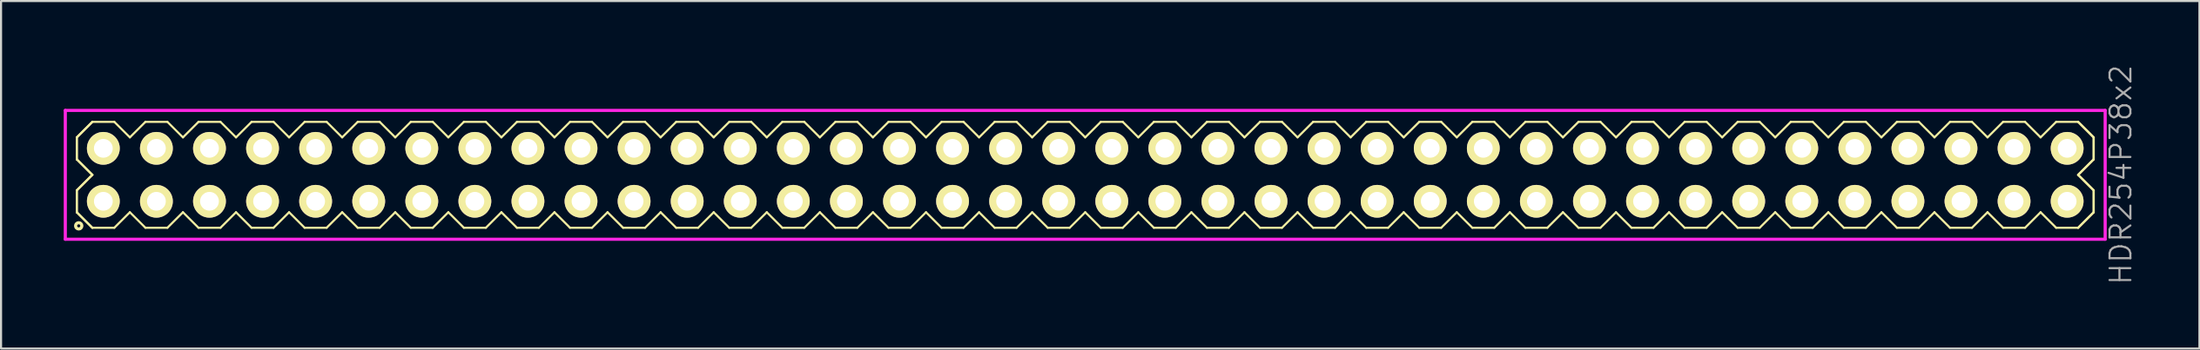
<source format=kicad_pcb>
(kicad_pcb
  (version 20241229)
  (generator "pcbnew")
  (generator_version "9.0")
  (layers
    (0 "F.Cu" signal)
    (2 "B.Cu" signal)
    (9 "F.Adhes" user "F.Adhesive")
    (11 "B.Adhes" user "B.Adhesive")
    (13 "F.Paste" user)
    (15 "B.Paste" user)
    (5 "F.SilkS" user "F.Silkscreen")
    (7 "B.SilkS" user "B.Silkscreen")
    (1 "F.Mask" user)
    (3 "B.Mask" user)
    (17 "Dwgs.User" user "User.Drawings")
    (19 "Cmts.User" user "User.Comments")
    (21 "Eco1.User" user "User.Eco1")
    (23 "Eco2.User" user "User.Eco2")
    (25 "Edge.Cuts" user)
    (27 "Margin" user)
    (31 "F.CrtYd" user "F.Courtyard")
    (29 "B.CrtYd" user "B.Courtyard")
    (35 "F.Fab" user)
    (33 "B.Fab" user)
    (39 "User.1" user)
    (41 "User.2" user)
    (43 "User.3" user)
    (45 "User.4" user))
  (footprint "HDR254P38x2"
    (layer "F.Cu")
    (at 48.885 5.336)
    (property "Reference" "HDR254P38x2" (at 49.56 0 90) (layer "F.Fab") (effects (font (size 1 1) (thickness 0.1))))
    (attr through_hole)
    (fp_line (start -48.26 -1.796) (end -47.516 -2.54) (stroke (width 0.1) (type solid)) (layer "F.SilkS"))
    (fp_line (start -48.26 -1.796) (end -47.516 -2.54) (stroke (width 0.1) (type solid)) (layer "F.SilkS"))
    (fp_line (start -48.26 -0.744) (end -48.26 -1.796) (stroke (width 0.1) (type solid)) (layer "F.SilkS"))
    (fp_line (start -48.26 -0.744) (end -48.26 -1.796) (stroke (width 0.1) (type solid)) (layer "F.SilkS"))
    (fp_line (start -48.26 0.744) (end -47.516 0) (stroke (width 0.1) (type solid)) (layer "F.SilkS"))
    (fp_line (start -48.26 0.744) (end -47.516 0) (stroke (width 0.1) (type solid)) (layer "F.SilkS"))
    (fp_line (start -48.26 1.796) (end -48.26 0.744) (stroke (width 0.1) (type solid)) (layer "F.SilkS"))
    (fp_line (start -48.26 1.796) (end -48.26 0.744) (stroke (width 0.1) (type solid)) (layer "F.SilkS"))
    (fp_line (start -47.516 -2.54) (end -46.464 -2.54) (stroke (width 0.1) (type solid)) (layer "F.SilkS"))
    (fp_line (start -47.516 0) (end -48.26 -0.744) (stroke (width 0.1) (type solid)) (layer "F.SilkS"))
    (fp_line (start -47.516 0) (end -48.26 -0.744) (stroke (width 0.1) (type solid)) (layer "F.SilkS"))
    (fp_line (start -47.516 2.54) (end -48.26 1.796) (stroke (width 0.1) (type solid)) (layer "F.SilkS"))
    (fp_line (start -47.516 2.54) (end -48.26 1.796) (stroke (width 0.1) (type solid)) (layer "F.SilkS"))
    (fp_line (start -46.464 -2.54) (end -45.72 -1.796) (stroke (width 0.1) (type solid)) (layer "F.SilkS"))
    (fp_line (start -46.464 2.54) (end -47.516 2.54) (stroke (width 0.1) (type solid)) (layer "F.SilkS"))
    (fp_line (start -45.72 -1.796) (end -44.976 -2.54) (stroke (width 0.1) (type solid)) (layer "F.SilkS"))
    (fp_line (start -45.72 1.796) (end -46.464 2.54) (stroke (width 0.1) (type solid)) (layer "F.SilkS"))
    (fp_line (start -44.976 -2.54) (end -43.924 -2.54) (stroke (width 0.1) (type solid)) (layer "F.SilkS"))
    (fp_line (start -44.976 2.54) (end -45.72 1.796) (stroke (width 0.1) (type solid)) (layer "F.SilkS"))
    (fp_line (start -43.924 -2.54) (end -43.18 -1.796) (stroke (width 0.1) (type solid)) (layer "F.SilkS"))
    (fp_line (start -43.924 2.54) (end -44.976 2.54) (stroke (width 0.1) (type solid)) (layer "F.SilkS"))
    (fp_line (start -43.18 -1.796) (end -42.436 -2.54) (stroke (width 0.1) (type solid)) (layer "F.SilkS"))
    (fp_line (start -43.18 1.796) (end -43.924 2.54) (stroke (width 0.1) (type solid)) (layer "F.SilkS"))
    (fp_line (start -42.436 -2.54) (end -41.384 -2.54) (stroke (width 0.1) (type solid)) (layer "F.SilkS"))
    (fp_line (start -42.436 2.54) (end -43.18 1.796) (stroke (width 0.1) (type solid)) (layer "F.SilkS"))
    (fp_line (start -41.384 -2.54) (end -40.64 -1.796) (stroke (width 0.1) (type solid)) (layer "F.SilkS"))
    (fp_line (start -41.384 2.54) (end -42.436 2.54) (stroke (width 0.1) (type solid)) (layer "F.SilkS"))
    (fp_line (start -40.64 -1.796) (end -39.896 -2.54) (stroke (width 0.1) (type solid)) (layer "F.SilkS"))
    (fp_line (start -40.64 1.796) (end -41.384 2.54) (stroke (width 0.1) (type solid)) (layer "F.SilkS"))
    (fp_line (start -39.896 -2.54) (end -38.844 -2.54) (stroke (width 0.1) (type solid)) (layer "F.SilkS"))
    (fp_line (start -39.896 2.54) (end -40.64 1.796) (stroke (width 0.1) (type solid)) (layer "F.SilkS"))
    (fp_line (start -38.844 -2.54) (end -38.1 -1.796) (stroke (width 0.1) (type solid)) (layer "F.SilkS"))
    (fp_line (start -38.844 2.54) (end -39.896 2.54) (stroke (width 0.1) (type solid)) (layer "F.SilkS"))
    (fp_line (start -38.1 -1.796) (end -37.356 -2.54) (stroke (width 0.1) (type solid)) (layer "F.SilkS"))
    (fp_line (start -38.1 1.796) (end -38.844 2.54) (stroke (width 0.1) (type solid)) (layer "F.SilkS"))
    (fp_line (start -37.356 -2.54) (end -36.304 -2.54) (stroke (width 0.1) (type solid)) (layer "F.SilkS"))
    (fp_line (start -37.356 2.54) (end -38.1 1.796) (stroke (width 0.1) (type solid)) (layer "F.SilkS"))
    (fp_line (start -36.304 -2.54) (end -35.56 -1.796) (stroke (width 0.1) (type solid)) (layer "F.SilkS"))
    (fp_line (start -36.304 2.54) (end -37.356 2.54) (stroke (width 0.1) (type solid)) (layer "F.SilkS"))
    (fp_line (start -35.56 -1.796) (end -34.816 -2.54) (stroke (width 0.1) (type solid)) (layer "F.SilkS"))
    (fp_line (start -35.56 1.796) (end -36.304 2.54) (stroke (width 0.1) (type solid)) (layer "F.SilkS"))
    (fp_line (start -34.816 -2.54) (end -33.764 -2.54) (stroke (width 0.1) (type solid)) (layer "F.SilkS"))
    (fp_line (start -34.816 2.54) (end -35.56 1.796) (stroke (width 0.1) (type solid)) (layer "F.SilkS"))
    (fp_line (start -33.764 -2.54) (end -33.02 -1.796) (stroke (width 0.1) (type solid)) (layer "F.SilkS"))
    (fp_line (start -33.764 2.54) (end -34.816 2.54) (stroke (width 0.1) (type solid)) (layer "F.SilkS"))
    (fp_line (start -33.02 -1.796) (end -32.276 -2.54) (stroke (width 0.1) (type solid)) (layer "F.SilkS"))
    (fp_line (start -33.02 1.796) (end -33.764 2.54) (stroke (width 0.1) (type solid)) (layer "F.SilkS"))
    (fp_line (start -32.276 -2.54) (end -31.224 -2.54) (stroke (width 0.1) (type solid)) (layer "F.SilkS"))
    (fp_line (start -32.276 2.54) (end -33.02 1.796) (stroke (width 0.1) (type solid)) (layer "F.SilkS"))
    (fp_line (start -31.224 -2.54) (end -30.48 -1.796) (stroke (width 0.1) (type solid)) (layer "F.SilkS"))
    (fp_line (start -31.224 2.54) (end -32.276 2.54) (stroke (width 0.1) (type solid)) (layer "F.SilkS"))
    (fp_line (start -30.48 -1.796) (end -29.736 -2.54) (stroke (width 0.1) (type solid)) (layer "F.SilkS"))
    (fp_line (start -30.48 1.796) (end -31.224 2.54) (stroke (width 0.1) (type solid)) (layer "F.SilkS"))
    (fp_line (start -29.736 -2.54) (end -28.684 -2.54) (stroke (width 0.1) (type solid)) (layer "F.SilkS"))
    (fp_line (start -29.736 2.54) (end -30.48 1.796) (stroke (width 0.1) (type solid)) (layer "F.SilkS"))
    (fp_line (start -28.684 -2.54) (end -27.94 -1.796) (stroke (width 0.1) (type solid)) (layer "F.SilkS"))
    (fp_line (start -28.684 2.54) (end -29.736 2.54) (stroke (width 0.1) (type solid)) (layer "F.SilkS"))
    (fp_line (start -27.94 -1.796) (end -27.196 -2.54) (stroke (width 0.1) (type solid)) (layer "F.SilkS"))
    (fp_line (start -27.94 1.796) (end -28.684 2.54) (stroke (width 0.1) (type solid)) (layer "F.SilkS"))
    (fp_line (start -27.196 -2.54) (end -26.144 -2.54) (stroke (width 0.1) (type solid)) (layer "F.SilkS"))
    (fp_line (start -27.196 2.54) (end -27.94 1.796) (stroke (width 0.1) (type solid)) (layer "F.SilkS"))
    (fp_line (start -26.144 -2.54) (end -25.4 -1.796) (stroke (width 0.1) (type solid)) (layer "F.SilkS"))
    (fp_line (start -26.144 2.54) (end -27.196 2.54) (stroke (width 0.1) (type solid)) (layer "F.SilkS"))
    (fp_line (start -25.4 -1.796) (end -24.656 -2.54) (stroke (width 0.1) (type solid)) (layer "F.SilkS"))
    (fp_line (start -25.4 1.796) (end -26.144 2.54) (stroke (width 0.1) (type solid)) (layer "F.SilkS"))
    (fp_line (start -24.656 -2.54) (end -23.604 -2.54) (stroke (width 0.1) (type solid)) (layer "F.SilkS"))
    (fp_line (start -24.656 2.54) (end -25.4 1.796) (stroke (width 0.1) (type solid)) (layer "F.SilkS"))
    (fp_line (start -23.604 -2.54) (end -22.86 -1.796) (stroke (width 0.1) (type solid)) (layer "F.SilkS"))
    (fp_line (start -23.604 2.54) (end -24.656 2.54) (stroke (width 0.1) (type solid)) (layer "F.SilkS"))
    (fp_line (start -22.86 -1.796) (end -22.116 -2.54) (stroke (width 0.1) (type solid)) (layer "F.SilkS"))
    (fp_line (start -22.86 1.796) (end -23.604 2.54) (stroke (width 0.1) (type solid)) (layer "F.SilkS"))
    (fp_line (start -22.116 -2.54) (end -21.064 -2.54) (stroke (width 0.1) (type solid)) (layer "F.SilkS"))
    (fp_line (start -22.116 2.54) (end -22.86 1.796) (stroke (width 0.1) (type solid)) (layer "F.SilkS"))
    (fp_line (start -21.064 -2.54) (end -20.32 -1.796) (stroke (width 0.1) (type solid)) (layer "F.SilkS"))
    (fp_line (start -21.064 2.54) (end -22.116 2.54) (stroke (width 0.1) (type solid)) (layer "F.SilkS"))
    (fp_line (start -20.32 -1.796) (end -19.576 -2.54) (stroke (width 0.1) (type solid)) (layer "F.SilkS"))
    (fp_line (start -20.32 1.796) (end -21.064 2.54) (stroke (width 0.1) (type solid)) (layer "F.SilkS"))
    (fp_line (start -19.576 -2.54) (end -18.524 -2.54) (stroke (width 0.1) (type solid)) (layer "F.SilkS"))
    (fp_line (start -19.576 2.54) (end -20.32 1.796) (stroke (width 0.1) (type solid)) (layer "F.SilkS"))
    (fp_line (start -18.524 -2.54) (end -17.78 -1.796) (stroke (width 0.1) (type solid)) (layer "F.SilkS"))
    (fp_line (start -18.524 2.54) (end -19.576 2.54) (stroke (width 0.1) (type solid)) (layer "F.SilkS"))
    (fp_line (start -17.78 -1.796) (end -17.036 -2.54) (stroke (width 0.1) (type solid)) (layer "F.SilkS"))
    (fp_line (start -17.78 1.796) (end -18.524 2.54) (stroke (width 0.1) (type solid)) (layer "F.SilkS"))
    (fp_line (start -17.036 -2.54) (end -15.984 -2.54) (stroke (width 0.1) (type solid)) (layer "F.SilkS"))
    (fp_line (start -17.036 2.54) (end -17.78 1.796) (stroke (width 0.1) (type solid)) (layer "F.SilkS"))
    (fp_line (start -15.984 -2.54) (end -15.24 -1.796) (stroke (width 0.1) (type solid)) (layer "F.SilkS"))
    (fp_line (start -15.984 2.54) (end -17.036 2.54) (stroke (width 0.1) (type solid)) (layer "F.SilkS"))
    (fp_line (start -15.24 -1.796) (end -14.496 -2.54) (stroke (width 0.1) (type solid)) (layer "F.SilkS"))
    (fp_line (start -15.24 1.796) (end -15.984 2.54) (stroke (width 0.1) (type solid)) (layer "F.SilkS"))
    (fp_line (start -14.496 -2.54) (end -13.444 -2.54) (stroke (width 0.1) (type solid)) (layer "F.SilkS"))
    (fp_line (start -14.496 2.54) (end -15.24 1.796) (stroke (width 0.1) (type solid)) (layer "F.SilkS"))
    (fp_line (start -13.444 -2.54) (end -12.7 -1.796) (stroke (width 0.1) (type solid)) (layer "F.SilkS"))
    (fp_line (start -13.444 2.54) (end -14.496 2.54) (stroke (width 0.1) (type solid)) (layer "F.SilkS"))
    (fp_line (start -12.7 -1.796) (end -11.956 -2.54) (stroke (width 0.1) (type solid)) (layer "F.SilkS"))
    (fp_line (start -12.7 1.796) (end -13.444 2.54) (stroke (width 0.1) (type solid)) (layer "F.SilkS"))
    (fp_line (start -11.956 -2.54) (end -10.904 -2.54) (stroke (width 0.1) (type solid)) (layer "F.SilkS"))
    (fp_line (start -11.956 2.54) (end -12.7 1.796) (stroke (width 0.1) (type solid)) (layer "F.SilkS"))
    (fp_line (start -10.904 -2.54) (end -10.16 -1.796) (stroke (width 0.1) (type solid)) (layer "F.SilkS"))
    (fp_line (start -10.904 2.54) (end -11.956 2.54) (stroke (width 0.1) (type solid)) (layer "F.SilkS"))
    (fp_line (start -10.16 -1.796) (end -9.416 -2.54) (stroke (width 0.1) (type solid)) (layer "F.SilkS"))
    (fp_line (start -10.16 1.796) (end -10.904 2.54) (stroke (width 0.1) (type solid)) (layer "F.SilkS"))
    (fp_line (start -9.416 -2.54) (end -8.364 -2.54) (stroke (width 0.1) (type solid)) (layer "F.SilkS"))
    (fp_line (start -9.416 2.54) (end -10.16 1.796) (stroke (width 0.1) (type solid)) (layer "F.SilkS"))
    (fp_line (start -8.364 -2.54) (end -7.62 -1.796) (stroke (width 0.1) (type solid)) (layer "F.SilkS"))
    (fp_line (start -8.364 2.54) (end -9.416 2.54) (stroke (width 0.1) (type solid)) (layer "F.SilkS"))
    (fp_line (start -7.62 -1.796) (end -6.876 -2.54) (stroke (width 0.1) (type solid)) (layer "F.SilkS"))
    (fp_line (start -7.62 1.796) (end -8.364 2.54) (stroke (width 0.1) (type solid)) (layer "F.SilkS"))
    (fp_line (start -6.876 -2.54) (end -5.824 -2.54) (stroke (width 0.1) (type solid)) (layer "F.SilkS"))
    (fp_line (start -6.876 2.54) (end -7.62 1.796) (stroke (width 0.1) (type solid)) (layer "F.SilkS"))
    (fp_line (start -5.824 -2.54) (end -5.08 -1.796) (stroke (width 0.1) (type solid)) (layer "F.SilkS"))
    (fp_line (start -5.824 2.54) (end -6.876 2.54) (stroke (width 0.1) (type solid)) (layer "F.SilkS"))
    (fp_line (start -5.08 -1.796) (end -4.336 -2.54) (stroke (width 0.1) (type solid)) (layer "F.SilkS"))
    (fp_line (start -5.08 1.796) (end -5.824 2.54) (stroke (width 0.1) (type solid)) (layer "F.SilkS"))
    (fp_line (start -4.336 -2.54) (end -3.284 -2.54) (stroke (width 0.1) (type solid)) (layer "F.SilkS"))
    (fp_line (start -4.336 2.54) (end -5.08 1.796) (stroke (width 0.1) (type solid)) (layer "F.SilkS"))
    (fp_line (start -3.284 -2.54) (end -2.54 -1.796) (stroke (width 0.1) (type solid)) (layer "F.SilkS"))
    (fp_line (start -3.284 2.54) (end -4.336 2.54) (stroke (width 0.1) (type solid)) (layer "F.SilkS"))
    (fp_line (start -2.54 -1.796) (end -1.796 -2.54) (stroke (width 0.1) (type solid)) (layer "F.SilkS"))
    (fp_line (start -2.54 1.796) (end -3.284 2.54) (stroke (width 0.1) (type solid)) (layer "F.SilkS"))
    (fp_line (start -1.796 -2.54) (end -0.744 -2.54) (stroke (width 0.1) (type solid)) (layer "F.SilkS"))
    (fp_line (start -1.796 2.54) (end -2.54 1.796) (stroke (width 0.1) (type solid)) (layer "F.SilkS"))
    (fp_line (start -0.744 -2.54) (end 0 -1.796) (stroke (width 0.1) (type solid)) (layer "F.SilkS"))
    (fp_line (start -0.744 2.54) (end -1.796 2.54) (stroke (width 0.1) (type solid)) (layer "F.SilkS"))
    (fp_line (start 0 -1.796) (end 0.744 -2.54) (stroke (width 0.1) (type solid)) (layer "F.SilkS"))
    (fp_line (start 0 1.796) (end -0.744 2.54) (stroke (width 0.1) (type solid)) (layer "F.SilkS"))
    (fp_line (start 0.744 -2.54) (end 1.796 -2.54) (stroke (width 0.1) (type solid)) (layer "F.SilkS"))
    (fp_line (start 0.744 2.54) (end 0 1.796) (stroke (width 0.1) (type solid)) (layer "F.SilkS"))
    (fp_line (start 1.796 -2.54) (end 2.54 -1.796) (stroke (width 0.1) (type solid)) (layer "F.SilkS"))
    (fp_line (start 1.796 2.54) (end 0.744 2.54) (stroke (width 0.1) (type solid)) (layer "F.SilkS"))
    (fp_line (start 2.54 -1.796) (end 3.284 -2.54) (stroke (width 0.1) (type solid)) (layer "F.SilkS"))
    (fp_line (start 2.54 1.796) (end 1.796 2.54) (stroke (width 0.1) (type solid)) (layer "F.SilkS"))
    (fp_line (start 3.284 -2.54) (end 4.336 -2.54) (stroke (width 0.1) (type solid)) (layer "F.SilkS"))
    (fp_line (start 3.284 2.54) (end 2.54 1.796) (stroke (width 0.1) (type solid)) (layer "F.SilkS"))
    (fp_line (start 4.336 -2.54) (end 5.08 -1.796) (stroke (width 0.1) (type solid)) (layer "F.SilkS"))
    (fp_line (start 4.336 2.54) (end 3.284 2.54) (stroke (width 0.1) (type solid)) (layer "F.SilkS"))
    (fp_line (start 5.08 -1.796) (end 5.824 -2.54) (stroke (width 0.1) (type solid)) (layer "F.SilkS"))
    (fp_line (start 5.08 1.796) (end 4.336 2.54) (stroke (width 0.1) (type solid)) (layer "F.SilkS"))
    (fp_line (start 5.824 -2.54) (end 6.876 -2.54) (stroke (width 0.1) (type solid)) (layer "F.SilkS"))
    (fp_line (start 5.824 2.54) (end 5.08 1.796) (stroke (width 0.1) (type solid)) (layer "F.SilkS"))
    (fp_line (start 6.876 -2.54) (end 7.62 -1.796) (stroke (width 0.1) (type solid)) (layer "F.SilkS"))
    (fp_line (start 6.876 2.54) (end 5.824 2.54) (stroke (width 0.1) (type solid)) (layer "F.SilkS"))
    (fp_line (start 7.62 -1.796) (end 8.364 -2.54) (stroke (width 0.1) (type solid)) (layer "F.SilkS"))
    (fp_line (start 7.62 1.796) (end 6.876 2.54) (stroke (width 0.1) (type solid)) (layer "F.SilkS"))
    (fp_line (start 8.364 -2.54) (end 9.416 -2.54) (stroke (width 0.1) (type solid)) (layer "F.SilkS"))
    (fp_line (start 8.364 2.54) (end 7.62 1.796) (stroke (width 0.1) (type solid)) (layer "F.SilkS"))
    (fp_line (start 9.416 -2.54) (end 10.16 -1.796) (stroke (width 0.1) (type solid)) (layer "F.SilkS"))
    (fp_line (start 9.416 2.54) (end 8.364 2.54) (stroke (width 0.1) (type solid)) (layer "F.SilkS"))
    (fp_line (start 10.16 -1.796) (end 10.904 -2.54) (stroke (width 0.1) (type solid)) (layer "F.SilkS"))
    (fp_line (start 10.16 1.796) (end 9.416 2.54) (stroke (width 0.1) (type solid)) (layer "F.SilkS"))
    (fp_line (start 10.904 -2.54) (end 11.956 -2.54) (stroke (width 0.1) (type solid)) (layer "F.SilkS"))
    (fp_line (start 10.904 2.54) (end 10.16 1.796) (stroke (width 0.1) (type solid)) (layer "F.SilkS"))
    (fp_line (start 11.956 -2.54) (end 12.7 -1.796) (stroke (width 0.1) (type solid)) (layer "F.SilkS"))
    (fp_line (start 11.956 2.54) (end 10.904 2.54) (stroke (width 0.1) (type solid)) (layer "F.SilkS"))
    (fp_line (start 12.7 -1.796) (end 13.444 -2.54) (stroke (width 0.1) (type solid)) (layer "F.SilkS"))
    (fp_line (start 12.7 1.796) (end 11.956 2.54) (stroke (width 0.1) (type solid)) (layer "F.SilkS"))
    (fp_line (start 13.444 -2.54) (end 14.496 -2.54) (stroke (width 0.1) (type solid)) (layer "F.SilkS"))
    (fp_line (start 13.444 2.54) (end 12.7 1.796) (stroke (width 0.1) (type solid)) (layer "F.SilkS"))
    (fp_line (start 14.496 -2.54) (end 15.24 -1.796) (stroke (width 0.1) (type solid)) (layer "F.SilkS"))
    (fp_line (start 14.496 2.54) (end 13.444 2.54) (stroke (width 0.1) (type solid)) (layer "F.SilkS"))
    (fp_line (start 15.24 -1.796) (end 15.984 -2.54) (stroke (width 0.1) (type solid)) (layer "F.SilkS"))
    (fp_line (start 15.24 1.796) (end 14.496 2.54) (stroke (width 0.1) (type solid)) (layer "F.SilkS"))
    (fp_line (start 15.984 -2.54) (end 17.036 -2.54) (stroke (width 0.1) (type solid)) (layer "F.SilkS"))
    (fp_line (start 15.984 2.54) (end 15.24 1.796) (stroke (width 0.1) (type solid)) (layer "F.SilkS"))
    (fp_line (start 17.036 -2.54) (end 17.78 -1.796) (stroke (width 0.1) (type solid)) (layer "F.SilkS"))
    (fp_line (start 17.036 2.54) (end 15.984 2.54) (stroke (width 0.1) (type solid)) (layer "F.SilkS"))
    (fp_line (start 17.78 -1.796) (end 18.524 -2.54) (stroke (width 0.1) (type solid)) (layer "F.SilkS"))
    (fp_line (start 17.78 1.796) (end 17.036 2.54) (stroke (width 0.1) (type solid)) (layer "F.SilkS"))
    (fp_line (start 18.524 -2.54) (end 19.576 -2.54) (stroke (width 0.1) (type solid)) (layer "F.SilkS"))
    (fp_line (start 18.524 2.54) (end 17.78 1.796) (stroke (width 0.1) (type solid)) (layer "F.SilkS"))
    (fp_line (start 19.576 -2.54) (end 20.32 -1.796) (stroke (width 0.1) (type solid)) (layer "F.SilkS"))
    (fp_line (start 19.576 2.54) (end 18.524 2.54) (stroke (width 0.1) (type solid)) (layer "F.SilkS"))
    (fp_line (start 20.32 -1.796) (end 21.064 -2.54) (stroke (width 0.1) (type solid)) (layer "F.SilkS"))
    (fp_line (start 20.32 1.796) (end 19.576 2.54) (stroke (width 0.1) (type solid)) (layer "F.SilkS"))
    (fp_line (start 21.064 -2.54) (end 22.116 -2.54) (stroke (width 0.1) (type solid)) (layer "F.SilkS"))
    (fp_line (start 21.064 2.54) (end 20.32 1.796) (stroke (width 0.1) (type solid)) (layer "F.SilkS"))
    (fp_line (start 22.116 -2.54) (end 22.86 -1.796) (stroke (width 0.1) (type solid)) (layer "F.SilkS"))
    (fp_line (start 22.116 2.54) (end 21.064 2.54) (stroke (width 0.1) (type solid)) (layer "F.SilkS"))
    (fp_line (start 22.86 -1.796) (end 23.604 -2.54) (stroke (width 0.1) (type solid)) (layer "F.SilkS"))
    (fp_line (start 22.86 1.796) (end 22.116 2.54) (stroke (width 0.1) (type solid)) (layer "F.SilkS"))
    (fp_line (start 23.604 -2.54) (end 24.656 -2.54) (stroke (width 0.1) (type solid)) (layer "F.SilkS"))
    (fp_line (start 23.604 2.54) (end 22.86 1.796) (stroke (width 0.1) (type solid)) (layer "F.SilkS"))
    (fp_line (start 24.656 -2.54) (end 25.4 -1.796) (stroke (width 0.1) (type solid)) (layer "F.SilkS"))
    (fp_line (start 24.656 2.54) (end 23.604 2.54) (stroke (width 0.1) (type solid)) (layer "F.SilkS"))
    (fp_line (start 25.4 -1.796) (end 26.144 -2.54) (stroke (width 0.1) (type solid)) (layer "F.SilkS"))
    (fp_line (start 25.4 1.796) (end 24.656 2.54) (stroke (width 0.1) (type solid)) (layer "F.SilkS"))
    (fp_line (start 26.144 -2.54) (end 27.196 -2.54) (stroke (width 0.1) (type solid)) (layer "F.SilkS"))
    (fp_line (start 26.144 2.54) (end 25.4 1.796) (stroke (width 0.1) (type solid)) (layer "F.SilkS"))
    (fp_line (start 27.196 -2.54) (end 27.94 -1.796) (stroke (width 0.1) (type solid)) (layer "F.SilkS"))
    (fp_line (start 27.196 2.54) (end 26.144 2.54) (stroke (width 0.1) (type solid)) (layer "F.SilkS"))
    (fp_line (start 27.94 -1.796) (end 28.684 -2.54) (stroke (width 0.1) (type solid)) (layer "F.SilkS"))
    (fp_line (start 27.94 1.796) (end 27.196 2.54) (stroke (width 0.1) (type solid)) (layer "F.SilkS"))
    (fp_line (start 28.684 -2.54) (end 29.736 -2.54) (stroke (width 0.1) (type solid)) (layer "F.SilkS"))
    (fp_line (start 28.684 2.54) (end 27.94 1.796) (stroke (width 0.1) (type solid)) (layer "F.SilkS"))
    (fp_line (start 29.736 -2.54) (end 30.48 -1.796) (stroke (width 0.1) (type solid)) (layer "F.SilkS"))
    (fp_line (start 29.736 2.54) (end 28.684 2.54) (stroke (width 0.1) (type solid)) (layer "F.SilkS"))
    (fp_line (start 30.48 -1.796) (end 31.224 -2.54) (stroke (width 0.1) (type solid)) (layer "F.SilkS"))
    (fp_line (start 30.48 1.796) (end 29.736 2.54) (stroke (width 0.1) (type solid)) (layer "F.SilkS"))
    (fp_line (start 31.224 -2.54) (end 32.276 -2.54) (stroke (width 0.1) (type solid)) (layer "F.SilkS"))
    (fp_line (start 31.224 2.54) (end 30.48 1.796) (stroke (width 0.1) (type solid)) (layer "F.SilkS"))
    (fp_line (start 32.276 -2.54) (end 33.02 -1.796) (stroke (width 0.1) (type solid)) (layer "F.SilkS"))
    (fp_line (start 32.276 2.54) (end 31.224 2.54) (stroke (width 0.1) (type solid)) (layer "F.SilkS"))
    (fp_line (start 33.02 -1.796) (end 33.764 -2.54) (stroke (width 0.1) (type solid)) (layer "F.SilkS"))
    (fp_line (start 33.02 1.796) (end 32.276 2.54) (stroke (width 0.1) (type solid)) (layer "F.SilkS"))
    (fp_line (start 33.764 -2.54) (end 34.816 -2.54) (stroke (width 0.1) (type solid)) (layer "F.SilkS"))
    (fp_line (start 33.764 2.54) (end 33.02 1.796) (stroke (width 0.1) (type solid)) (layer "F.SilkS"))
    (fp_line (start 34.816 -2.54) (end 35.56 -1.796) (stroke (width 0.1) (type solid)) (layer "F.SilkS"))
    (fp_line (start 34.816 2.54) (end 33.764 2.54) (stroke (width 0.1) (type solid)) (layer "F.SilkS"))
    (fp_line (start 35.56 -1.796) (end 36.304 -2.54) (stroke (width 0.1) (type solid)) (layer "F.SilkS"))
    (fp_line (start 35.56 1.796) (end 34.816 2.54) (stroke (width 0.1) (type solid)) (layer "F.SilkS"))
    (fp_line (start 36.304 -2.54) (end 37.356 -2.54) (stroke (width 0.1) (type solid)) (layer "F.SilkS"))
    (fp_line (start 36.304 2.54) (end 35.56 1.796) (stroke (width 0.1) (type solid)) (layer "F.SilkS"))
    (fp_line (start 37.356 -2.54) (end 38.1 -1.796) (stroke (width 0.1) (type solid)) (layer "F.SilkS"))
    (fp_line (start 37.356 2.54) (end 36.304 2.54) (stroke (width 0.1) (type solid)) (layer "F.SilkS"))
    (fp_line (start 38.1 -1.796) (end 38.844 -2.54) (stroke (width 0.1) (type solid)) (layer "F.SilkS"))
    (fp_line (start 38.1 1.796) (end 37.356 2.54) (stroke (width 0.1) (type solid)) (layer "F.SilkS"))
    (fp_line (start 38.844 -2.54) (end 39.896 -2.54) (stroke (width 0.1) (type solid)) (layer "F.SilkS"))
    (fp_line (start 38.844 2.54) (end 38.1 1.796) (stroke (width 0.1) (type solid)) (layer "F.SilkS"))
    (fp_line (start 39.896 -2.54) (end 40.64 -1.796) (stroke (width 0.1) (type solid)) (layer "F.SilkS"))
    (fp_line (start 39.896 2.54) (end 38.844 2.54) (stroke (width 0.1) (type solid)) (layer "F.SilkS"))
    (fp_line (start 40.64 -1.796) (end 41.384 -2.54) (stroke (width 0.1) (type solid)) (layer "F.SilkS"))
    (fp_line (start 40.64 1.796) (end 39.896 2.54) (stroke (width 0.1) (type solid)) (layer "F.SilkS"))
    (fp_line (start 41.384 -2.54) (end 42.436 -2.54) (stroke (width 0.1) (type solid)) (layer "F.SilkS"))
    (fp_line (start 41.384 2.54) (end 40.64 1.796) (stroke (width 0.1) (type solid)) (layer "F.SilkS"))
    (fp_line (start 42.436 -2.54) (end 43.18 -1.796) (stroke (width 0.1) (type solid)) (layer "F.SilkS"))
    (fp_line (start 42.436 2.54) (end 41.384 2.54) (stroke (width 0.1) (type solid)) (layer "F.SilkS"))
    (fp_line (start 43.18 -1.796) (end 43.924 -2.54) (stroke (width 0.1) (type solid)) (layer "F.SilkS"))
    (fp_line (start 43.18 1.796) (end 42.436 2.54) (stroke (width 0.1) (type solid)) (layer "F.SilkS"))
    (fp_line (start 43.924 -2.54) (end 44.976 -2.54) (stroke (width 0.1) (type solid)) (layer "F.SilkS"))
    (fp_line (start 43.924 2.54) (end 43.18 1.796) (stroke (width 0.1) (type solid)) (layer "F.SilkS"))
    (fp_line (start 44.976 -2.54) (end 45.72 -1.796) (stroke (width 0.1) (type solid)) (layer "F.SilkS"))
    (fp_line (start 44.976 2.54) (end 43.924 2.54) (stroke (width 0.1) (type solid)) (layer "F.SilkS"))
    (fp_line (start 45.72 -1.796) (end 46.464 -2.54) (stroke (width 0.1) (type solid)) (layer "F.SilkS"))
    (fp_line (start 45.72 1.796) (end 44.976 2.54) (stroke (width 0.1) (type solid)) (layer "F.SilkS"))
    (fp_line (start 46.464 -2.54) (end 47.516 -2.54) (stroke (width 0.1) (type solid)) (layer "F.SilkS"))
    (fp_line (start 46.464 2.54) (end 45.72 1.796) (stroke (width 0.1) (type solid)) (layer "F.SilkS"))
    (fp_line (start 47.516 -2.54) (end 48.26 -1.796) (stroke (width 0.1) (type solid)) (layer "F.SilkS"))
    (fp_line (start 47.516 -2.54) (end 48.26 -1.796) (stroke (width 0.1) (type solid)) (layer "F.SilkS"))
    (fp_line (start 47.516 0) (end 48.26 0.744) (stroke (width 0.1) (type solid)) (layer "F.SilkS"))
    (fp_line (start 47.516 0) (end 48.26 0.744) (stroke (width 0.1) (type solid)) (layer "F.SilkS"))
    (fp_line (start 47.516 2.54) (end 46.464 2.54) (stroke (width 0.1) (type solid)) (layer "F.SilkS"))
    (fp_line (start 48.26 -1.796) (end 48.26 -0.744) (stroke (width 0.1) (type solid)) (layer "F.SilkS"))
    (fp_line (start 48.26 -1.796) (end 48.26 -0.744) (stroke (width 0.1) (type solid)) (layer "F.SilkS"))
    (fp_line (start 48.26 -0.744) (end 47.516 0) (stroke (width 0.1) (type solid)) (layer "F.SilkS"))
    (fp_line (start 48.26 -0.744) (end 47.516 0) (stroke (width 0.1) (type solid)) (layer "F.SilkS"))
    (fp_line (start 48.26 0.744) (end 48.26 1.796) (stroke (width 0.1) (type solid)) (layer "F.SilkS"))
    (fp_line (start 48.26 0.744) (end 48.26 1.796) (stroke (width 0.1) (type solid)) (layer "F.SilkS"))
    (fp_line (start 48.26 1.796) (end 47.516 2.54) (stroke (width 0.1) (type solid)) (layer "F.SilkS"))
    (fp_line (start 48.26 1.796) (end 47.516 2.54) (stroke (width 0.1) (type solid)) (layer "F.SilkS"))
    (fp_circle (center -48.168 2.448) (end -48.018 2.448) (stroke (width 0.15) (type solid)) (fill no) (layer "F.SilkS"))
    (fp_line (start -48.81 -3.09) (end -48.81 3.09) (stroke (width 0.15) (type solid)) (layer "F.CrtYd"))
    (fp_line (start -48.81 3.09) (end 48.81 3.09) (stroke (width 0.15) (type solid)) (layer "F.CrtYd"))
    (fp_line (start 48.81 -3.09) (end -48.81 -3.09) (stroke (width 0.15) (type solid)) (layer "F.CrtYd"))
    (fp_line (start 48.81 3.09) (end 48.81 -3.09) (stroke (width 0.15) (type solid)) (layer "F.CrtYd"))
    (pad "1" thru_hole oval (at -46.99 1.27) (size 1.57 1.57) (drill 0.9) (layers "*.Cu" "*.Mask" "F.SilkS"))
    (pad "2" thru_hole oval (at -46.99 -1.27) (size 1.57 1.57) (drill 0.9) (layers "*.Cu" "*.Mask" "F.SilkS"))
    (pad "3" thru_hole oval (at -44.45 1.27) (size 1.57 1.57) (drill 0.9) (layers "*.Cu" "*.Mask" "F.SilkS"))
    (pad "4" thru_hole oval (at -44.45 -1.27) (size 1.57 1.57) (drill 0.9) (layers "*.Cu" "*.Mask" "F.SilkS"))
    (pad "5" thru_hole oval (at -41.91 1.27) (size 1.57 1.57) (drill 0.9) (layers "*.Cu" "*.Mask" "F.SilkS"))
    (pad "6" thru_hole oval (at -41.91 -1.27) (size 1.57 1.57) (drill 0.9) (layers "*.Cu" "*.Mask" "F.SilkS"))
    (pad "7" thru_hole oval (at -39.37 1.27) (size 1.57 1.57) (drill 0.9) (layers "*.Cu" "*.Mask" "F.SilkS"))
    (pad "8" thru_hole oval (at -39.37 -1.27) (size 1.57 1.57) (drill 0.9) (layers "*.Cu" "*.Mask" "F.SilkS"))
    (pad "9" thru_hole oval (at -36.83 1.27) (size 1.57 1.57) (drill 0.9) (layers "*.Cu" "*.Mask" "F.SilkS"))
    (pad "10" thru_hole oval (at -36.83 -1.27) (size 1.57 1.57) (drill 0.9) (layers "*.Cu" "*.Mask" "F.SilkS"))
    (pad "11" thru_hole oval (at -34.29 1.27) (size 1.57 1.57) (drill 0.9) (layers "*.Cu" "*.Mask" "F.SilkS"))
    (pad "12" thru_hole oval (at -34.29 -1.27) (size 1.57 1.57) (drill 0.9) (layers "*.Cu" "*.Mask" "F.SilkS"))
    (pad "13" thru_hole oval (at -31.75 1.27) (size 1.57 1.57) (drill 0.9) (layers "*.Cu" "*.Mask" "F.SilkS"))
    (pad "14" thru_hole oval (at -31.75 -1.27) (size 1.57 1.57) (drill 0.9) (layers "*.Cu" "*.Mask" "F.SilkS"))
    (pad "15" thru_hole oval (at -29.21 1.27) (size 1.57 1.57) (drill 0.9) (layers "*.Cu" "*.Mask" "F.SilkS"))
    (pad "16" thru_hole oval (at -29.21 -1.27) (size 1.57 1.57) (drill 0.9) (layers "*.Cu" "*.Mask" "F.SilkS"))
    (pad "17" thru_hole oval (at -26.67 1.27) (size 1.57 1.57) (drill 0.9) (layers "*.Cu" "*.Mask" "F.SilkS"))
    (pad "18" thru_hole oval (at -26.67 -1.27) (size 1.57 1.57) (drill 0.9) (layers "*.Cu" "*.Mask" "F.SilkS"))
    (pad "19" thru_hole oval (at -24.13 1.27) (size 1.57 1.57) (drill 0.9) (layers "*.Cu" "*.Mask" "F.SilkS"))
    (pad "20" thru_hole oval (at -24.13 -1.27) (size 1.57 1.57) (drill 0.9) (layers "*.Cu" "*.Mask" "F.SilkS"))
    (pad "21" thru_hole oval (at -21.59 1.27) (size 1.57 1.57) (drill 0.9) (layers "*.Cu" "*.Mask" "F.SilkS"))
    (pad "22" thru_hole oval (at -21.59 -1.27) (size 1.57 1.57) (drill 0.9) (layers "*.Cu" "*.Mask" "F.SilkS"))
    (pad "23" thru_hole oval (at -19.05 1.27) (size 1.57 1.57) (drill 0.9) (layers "*.Cu" "*.Mask" "F.SilkS"))
    (pad "24" thru_hole oval (at -19.05 -1.27) (size 1.57 1.57) (drill 0.9) (layers "*.Cu" "*.Mask" "F.SilkS"))
    (pad "25" thru_hole oval (at -16.51 1.27) (size 1.57 1.57) (drill 0.9) (layers "*.Cu" "*.Mask" "F.SilkS"))
    (pad "26" thru_hole oval (at -16.51 -1.27) (size 1.57 1.57) (drill 0.9) (layers "*.Cu" "*.Mask" "F.SilkS"))
    (pad "27" thru_hole oval (at -13.97 1.27) (size 1.57 1.57) (drill 0.9) (layers "*.Cu" "*.Mask" "F.SilkS"))
    (pad "28" thru_hole oval (at -13.97 -1.27) (size 1.57 1.57) (drill 0.9) (layers "*.Cu" "*.Mask" "F.SilkS"))
    (pad "29" thru_hole oval (at -11.43 1.27) (size 1.57 1.57) (drill 0.9) (layers "*.Cu" "*.Mask" "F.SilkS"))
    (pad "30" thru_hole oval (at -11.43 -1.27) (size 1.57 1.57) (drill 0.9) (layers "*.Cu" "*.Mask" "F.SilkS"))
    (pad "31" thru_hole oval (at -8.89 1.27) (size 1.57 1.57) (drill 0.9) (layers "*.Cu" "*.Mask" "F.SilkS"))
    (pad "32" thru_hole oval (at -8.89 -1.27) (size 1.57 1.57) (drill 0.9) (layers "*.Cu" "*.Mask" "F.SilkS"))
    (pad "33" thru_hole oval (at -6.35 1.27) (size 1.57 1.57) (drill 0.9) (layers "*.Cu" "*.Mask" "F.SilkS"))
    (pad "34" thru_hole oval (at -6.35 -1.27) (size 1.57 1.57) (drill 0.9) (layers "*.Cu" "*.Mask" "F.SilkS"))
    (pad "35" thru_hole oval (at -3.81 1.27) (size 1.57 1.57) (drill 0.9) (layers "*.Cu" "*.Mask" "F.SilkS"))
    (pad "36" thru_hole oval (at -3.81 -1.27) (size 1.57 1.57) (drill 0.9) (layers "*.Cu" "*.Mask" "F.SilkS"))
    (pad "37" thru_hole oval (at -1.27 1.27) (size 1.57 1.57) (drill 0.9) (layers "*.Cu" "*.Mask" "F.SilkS"))
    (pad "38" thru_hole oval (at -1.27 -1.27) (size 1.57 1.57) (drill 0.9) (layers "*.Cu" "*.Mask" "F.SilkS"))
    (pad "39" thru_hole oval (at 1.27 1.27) (size 1.57 1.57) (drill 0.9) (layers "*.Cu" "*.Mask" "F.SilkS"))
    (pad "40" thru_hole oval (at 1.27 -1.27) (size 1.57 1.57) (drill 0.9) (layers "*.Cu" "*.Mask" "F.SilkS"))
    (pad "41" thru_hole oval (at 3.81 1.27) (size 1.57 1.57) (drill 0.9) (layers "*.Cu" "*.Mask" "F.SilkS"))
    (pad "42" thru_hole oval (at 3.81 -1.27) (size 1.57 1.57) (drill 0.9) (layers "*.Cu" "*.Mask" "F.SilkS"))
    (pad "43" thru_hole oval (at 6.35 1.27) (size 1.57 1.57) (drill 0.9) (layers "*.Cu" "*.Mask" "F.SilkS"))
    (pad "44" thru_hole oval (at 6.35 -1.27) (size 1.57 1.57) (drill 0.9) (layers "*.Cu" "*.Mask" "F.SilkS"))
    (pad "45" thru_hole oval (at 8.89 1.27) (size 1.57 1.57) (drill 0.9) (layers "*.Cu" "*.Mask" "F.SilkS"))
    (pad "46" thru_hole oval (at 8.89 -1.27) (size 1.57 1.57) (drill 0.9) (layers "*.Cu" "*.Mask" "F.SilkS"))
    (pad "47" thru_hole oval (at 11.43 1.27) (size 1.57 1.57) (drill 0.9) (layers "*.Cu" "*.Mask" "F.SilkS"))
    (pad "48" thru_hole oval (at 11.43 -1.27) (size 1.57 1.57) (drill 0.9) (layers "*.Cu" "*.Mask" "F.SilkS"))
    (pad "49" thru_hole oval (at 13.97 1.27) (size 1.57 1.57) (drill 0.9) (layers "*.Cu" "*.Mask" "F.SilkS"))
    (pad "50" thru_hole oval (at 13.97 -1.27) (size 1.57 1.57) (drill 0.9) (layers "*.Cu" "*.Mask" "F.SilkS"))
    (pad "51" thru_hole oval (at 16.51 1.27) (size 1.57 1.57) (drill 0.9) (layers "*.Cu" "*.Mask" "F.SilkS"))
    (pad "52" thru_hole oval (at 16.51 -1.27) (size 1.57 1.57) (drill 0.9) (layers "*.Cu" "*.Mask" "F.SilkS"))
    (pad "53" thru_hole oval (at 19.05 1.27) (size 1.57 1.57) (drill 0.9) (layers "*.Cu" "*.Mask" "F.SilkS"))
    (pad "54" thru_hole oval (at 19.05 -1.27) (size 1.57 1.57) (drill 0.9) (layers "*.Cu" "*.Mask" "F.SilkS"))
    (pad "55" thru_hole oval (at 21.59 1.27) (size 1.57 1.57) (drill 0.9) (layers "*.Cu" "*.Mask" "F.SilkS"))
    (pad "56" thru_hole oval (at 21.59 -1.27) (size 1.57 1.57) (drill 0.9) (layers "*.Cu" "*.Mask" "F.SilkS"))
    (pad "57" thru_hole oval (at 24.13 1.27) (size 1.57 1.57) (drill 0.9) (layers "*.Cu" "*.Mask" "F.SilkS"))
    (pad "58" thru_hole oval (at 24.13 -1.27) (size 1.57 1.57) (drill 0.9) (layers "*.Cu" "*.Mask" "F.SilkS"))
    (pad "59" thru_hole oval (at 26.67 1.27) (size 1.57 1.57) (drill 0.9) (layers "*.Cu" "*.Mask" "F.SilkS"))
    (pad "60" thru_hole oval (at 26.67 -1.27) (size 1.57 1.57) (drill 0.9) (layers "*.Cu" "*.Mask" "F.SilkS"))
    (pad "61" thru_hole oval (at 29.21 1.27) (size 1.57 1.57) (drill 0.9) (layers "*.Cu" "*.Mask" "F.SilkS"))
    (pad "62" thru_hole oval (at 29.21 -1.27) (size 1.57 1.57) (drill 0.9) (layers "*.Cu" "*.Mask" "F.SilkS"))
    (pad "63" thru_hole oval (at 31.75 1.27) (size 1.57 1.57) (drill 0.9) (layers "*.Cu" "*.Mask" "F.SilkS"))
    (pad "64" thru_hole oval (at 31.75 -1.27) (size 1.57 1.57) (drill 0.9) (layers "*.Cu" "*.Mask" "F.SilkS"))
    (pad "65" thru_hole oval (at 34.29 1.27) (size 1.57 1.57) (drill 0.9) (layers "*.Cu" "*.Mask" "F.SilkS"))
    (pad "66" thru_hole oval (at 34.29 -1.27) (size 1.57 1.57) (drill 0.9) (layers "*.Cu" "*.Mask" "F.SilkS"))
    (pad "67" thru_hole oval (at 36.83 1.27) (size 1.57 1.57) (drill 0.9) (layers "*.Cu" "*.Mask" "F.SilkS"))
    (pad "68" thru_hole oval (at 36.83 -1.27) (size 1.57 1.57) (drill 0.9) (layers "*.Cu" "*.Mask" "F.SilkS"))
    (pad "69" thru_hole oval (at 39.37 1.27) (size 1.57 1.57) (drill 0.9) (layers "*.Cu" "*.Mask" "F.SilkS"))
    (pad "70" thru_hole oval (at 39.37 -1.27) (size 1.57 1.57) (drill 0.9) (layers "*.Cu" "*.Mask" "F.SilkS"))
    (pad "71" thru_hole oval (at 41.91 1.27) (size 1.57 1.57) (drill 0.9) (layers "*.Cu" "*.Mask" "F.SilkS"))
    (pad "72" thru_hole oval (at 41.91 -1.27) (size 1.57 1.57) (drill 0.9) (layers "*.Cu" "*.Mask" "F.SilkS"))
    (pad "73" thru_hole oval (at 44.45 1.27) (size 1.57 1.57) (drill 0.9) (layers "*.Cu" "*.Mask" "F.SilkS"))
    (pad "74" thru_hole oval (at 44.45 -1.27) (size 1.57 1.57) (drill 0.9) (layers "*.Cu" "*.Mask" "F.SilkS"))
    (pad "75" thru_hole oval (at 46.99 1.27) (size 1.57 1.57) (drill 0.9) (layers "*.Cu" "*.Mask" "F.SilkS"))
    (pad "76" thru_hole oval (at 46.99 -1.27) (size 1.57 1.57) (drill 0.9) (layers "*.Cu" "*.Mask" "F.SilkS")))
  (gr_rect
    (start -3 -3)
    (end 102.206 13.671)
    (stroke (width 0.1) (type default))
    (fill no)
    (layer "Edge.Cuts")))
</source>
